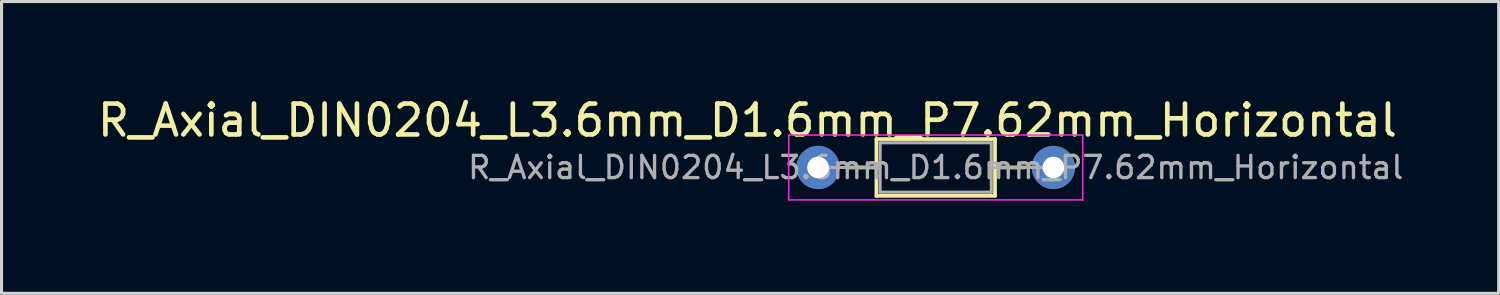
<source format=kicad_pcb>
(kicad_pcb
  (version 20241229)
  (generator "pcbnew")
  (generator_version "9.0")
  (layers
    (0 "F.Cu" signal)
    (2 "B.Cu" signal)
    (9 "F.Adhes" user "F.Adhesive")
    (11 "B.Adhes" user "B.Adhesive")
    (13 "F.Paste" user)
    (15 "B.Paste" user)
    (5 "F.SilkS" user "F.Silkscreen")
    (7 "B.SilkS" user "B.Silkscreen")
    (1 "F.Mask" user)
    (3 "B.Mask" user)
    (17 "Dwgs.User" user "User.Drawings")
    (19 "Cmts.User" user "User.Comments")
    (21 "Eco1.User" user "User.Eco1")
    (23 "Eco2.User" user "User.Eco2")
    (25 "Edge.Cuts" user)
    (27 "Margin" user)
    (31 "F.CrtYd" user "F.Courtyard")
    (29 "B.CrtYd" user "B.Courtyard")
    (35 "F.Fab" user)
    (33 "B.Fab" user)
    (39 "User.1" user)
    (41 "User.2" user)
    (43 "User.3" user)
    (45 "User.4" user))
  (footprint "R_Axial_DIN0204_L3.6mm_D1.6mm_P7.62mm_Horizontal"
    (layer "F.Cu")
    (at 23.435 2.372)
    (property "Reference" "R_Axial_DIN0204_L3.6mm_D1.6mm_P7.62mm_Horizontal" (at -2.286 -1.524 0) (layer "F.SilkS") (effects (font (size 1 1) (thickness 0.15))))
    (attr through_hole)
    (fp_line (start 0.94 0) (end 1.89 0) (stroke (width 0.12) (type solid)) (layer "F.SilkS"))
    (fp_line (start 1.89 -0.92) (end 1.89 0.92) (stroke (width 0.12) (type solid)) (layer "F.SilkS"))
    (fp_line (start 1.89 0.92) (end 5.73 0.92) (stroke (width 0.12) (type solid)) (layer "F.SilkS"))
    (fp_line (start 5.73 -0.92) (end 1.89 -0.92) (stroke (width 0.12) (type solid)) (layer "F.SilkS"))
    (fp_line (start 5.73 0.92) (end 5.73 -0.92) (stroke (width 0.12) (type solid)) (layer "F.SilkS"))
    (fp_line (start 6.68 0) (end 5.73 0) (stroke (width 0.12) (type solid)) (layer "F.SilkS"))
    (fp_line (start -0.95 -1.05) (end -0.95 1.05) (stroke (width 0.05) (type solid)) (layer "F.CrtYd"))
    (fp_line (start -0.95 1.05) (end 8.57 1.05) (stroke (width 0.05) (type solid)) (layer "F.CrtYd"))
    (fp_line (start 8.57 -1.05) (end -0.95 -1.05) (stroke (width 0.05) (type solid)) (layer "F.CrtYd"))
    (fp_line (start 8.57 1.05) (end 8.57 -1.05) (stroke (width 0.05) (type solid)) (layer "F.CrtYd"))
    (fp_line (start 0 0) (end 2.01 0) (stroke (width 0.1) (type solid)) (layer "F.Fab"))
    (fp_line (start 2.01 -0.8) (end 2.01 0.8) (stroke (width 0.1) (type solid)) (layer "F.Fab"))
    (fp_line (start 2.01 0.8) (end 5.61 0.8) (stroke (width 0.1) (type solid)) (layer "F.Fab"))
    (fp_line (start 5.61 -0.8) (end 2.01 -0.8) (stroke (width 0.1) (type solid)) (layer "F.Fab"))
    (fp_line (start 5.61 0.8) (end 5.61 -0.8) (stroke (width 0.1) (type solid)) (layer "F.Fab"))
    (fp_line (start 7.62 0) (end 5.61 0) (stroke (width 0.1) (type solid)) (layer "F.Fab"))
    (fp_text user "${REFERENCE}" (at 3.81 0 0) (layer "F.Fab") (effects (font (size 0.72 0.72) (thickness 0.108))))
    (pad "1" thru_hole circle (at 0 0) (size 1.4 1.4) (drill 0.7) (layers "*.Cu" "*.Mask"))
    (pad "2" thru_hole oval (at 7.62 0) (size 1.4 1.4) (drill 0.7) (layers "*.Cu" "*.Mask")))
  (gr_rect
    (start -3 -3)
    (end 45.472 6.447)
    (stroke (width 0.1) (type default))
    (fill no)
    (layer "Edge.Cuts")))
</source>
